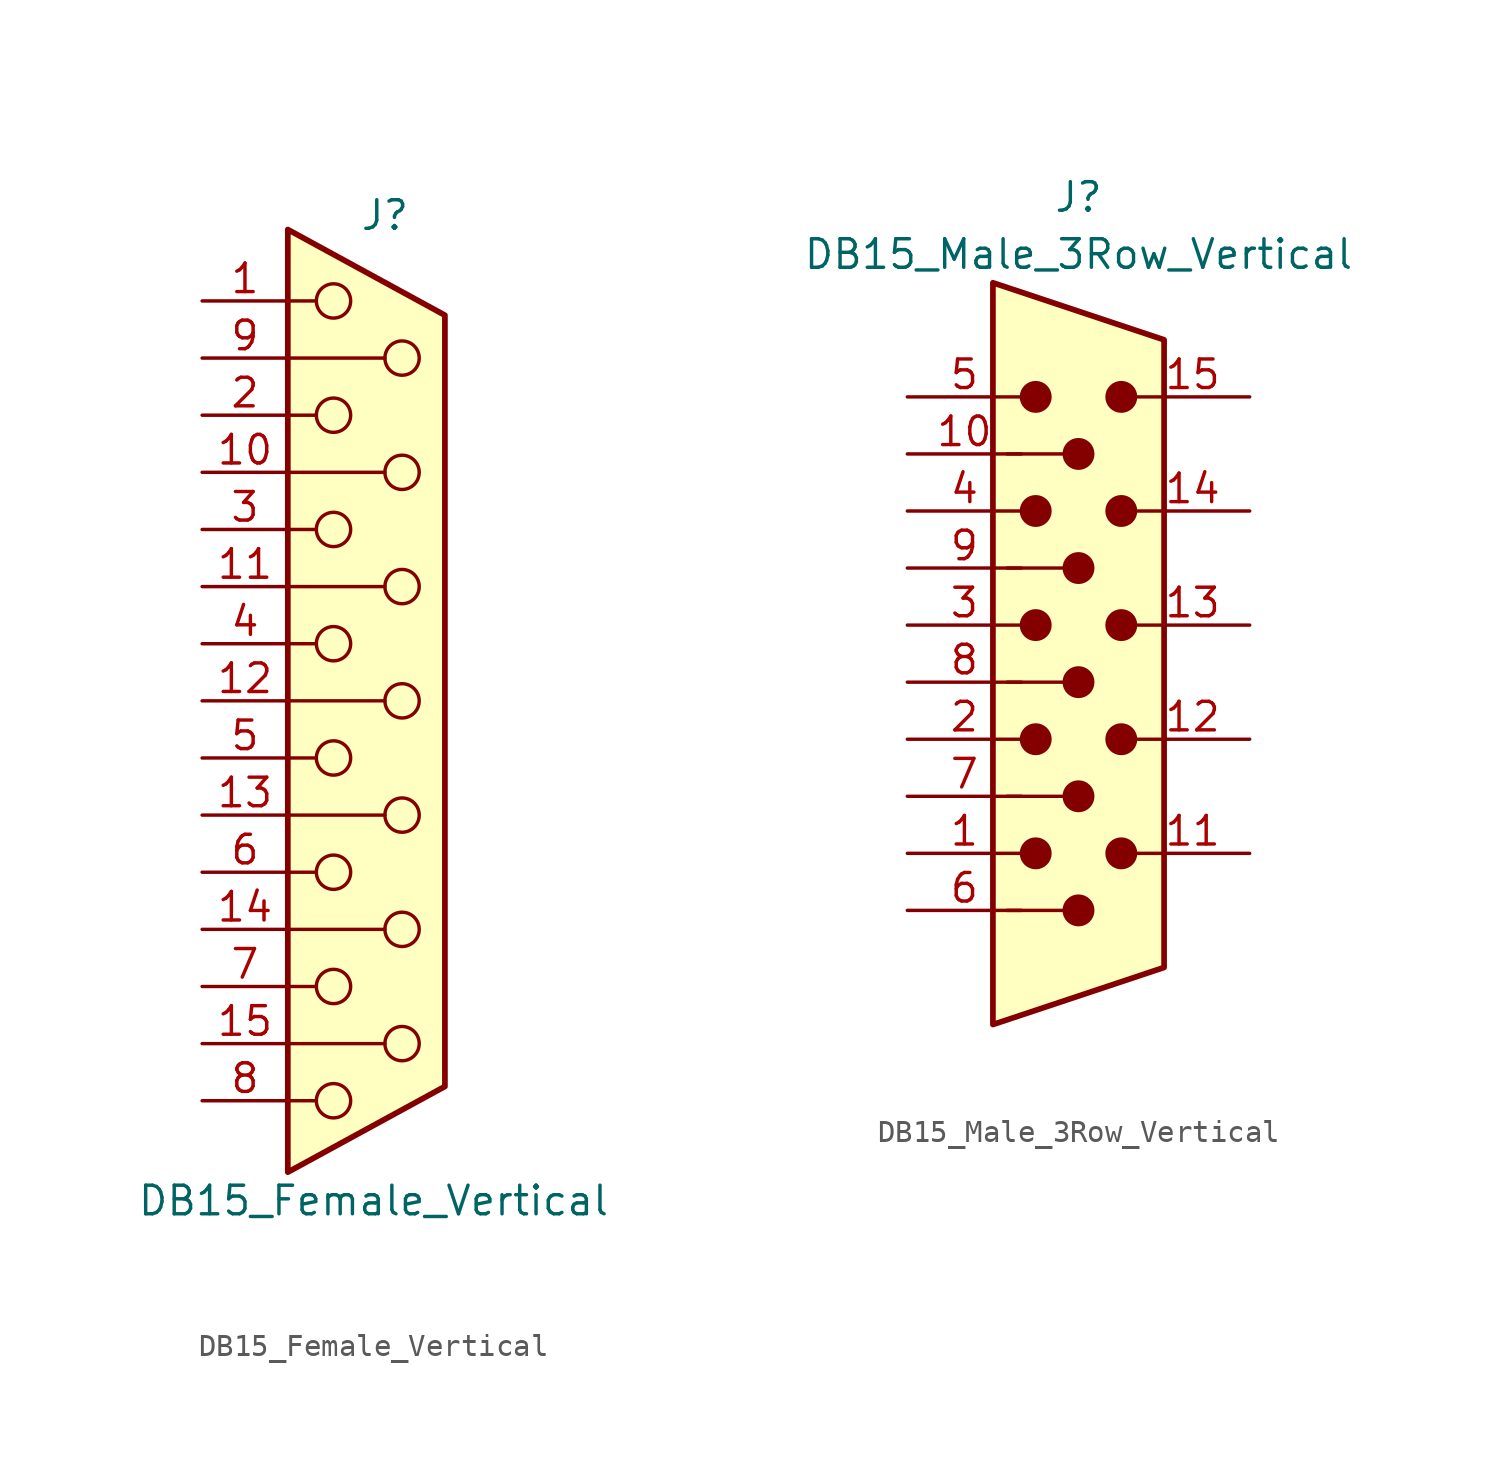
<source format=kicad_sym>
(kicad_symbol_lib
  (version 20220914)
  (generator kicad_symbol_editor)
  (symbol "DB15_Female_Vertical"
    (pin_names
      (offset 1.016) hide)
    (property "Reference" "J"
      (at 0.508 21.59 0)
      (effects (font (size 1.27 1.27))))
    (property "Value" "DB15_Female_Vertical"
      (at 0 -22.225 0)
      (effects (font (size 1.27 1.27))))
    (symbol "DB15_Female_Vertical_0_1"
      (circle (center -1.778 -17.78) (radius 0.762) (stroke (width 0) (type default)) (fill (type none)))
      (circle (center -1.778 -12.7) (radius 0.762) (stroke (width 0) (type default)) (fill (type none)))
      (circle (center -1.778 -7.62) (radius 0.762) (stroke (width 0) (type default)) (fill (type none)))
      (circle (center -1.778 -2.54) (radius 0.762) (stroke (width 0) (type default)) (fill (type none)))
      (circle (center -1.778 2.54) (radius 0.762) (stroke (width 0) (type default)) (fill (type none)))
      (circle (center -1.778 7.62) (radius 0.762) (stroke (width 0) (type default)) (fill (type none)))
      (circle (center -1.778 12.7) (radius 0.762) (stroke (width 0) (type default)) (fill (type none)))
      (circle (center -1.778 17.78) (radius 0.762) (stroke (width 0) (type default)) (fill (type none)))
      (polyline (pts (xy -3.81 -17.78) (xy -2.54 -17.78)) (stroke (width 0) (type default)) (fill (type none)))
      (polyline (pts (xy -3.81 -15.24) (xy 0.508 -15.24)) (stroke (width 0) (type default)) (fill (type none)))
      (polyline (pts (xy -3.81 -12.7) (xy -2.54 -12.7)) (stroke (width 0) (type default)) (fill (type none)))
      (polyline (pts (xy -3.81 -10.16) (xy 0.508 -10.16)) (stroke (width 0) (type default)) (fill (type none)))
      (polyline (pts (xy -3.81 -7.62) (xy -2.54 -7.62)) (stroke (width 0) (type default)) (fill (type none)))
      (polyline (pts (xy -3.81 -5.08) (xy 0.508 -5.08)) (stroke (width 0) (type default)) (fill (type none)))
      (polyline (pts (xy -3.81 -2.54) (xy -2.54 -2.54)) (stroke (width 0) (type default)) (fill (type none)))
      (polyline (pts (xy -3.81 0) (xy 0.508 0)) (stroke (width 0) (type default)) (fill (type none)))
      (polyline (pts (xy -3.81 2.54) (xy -2.54 2.54)) (stroke (width 0) (type default)) (fill (type none)))
      (polyline (pts (xy -3.81 5.08) (xy 0.508 5.08)) (stroke (width 0) (type default)) (fill (type none)))
      (polyline (pts (xy -3.81 7.62) (xy -2.54 7.62)) (stroke (width 0) (type default)) (fill (type none)))
      (polyline (pts (xy -3.81 10.16) (xy 0.508 10.16)) (stroke (width 0) (type default)) (fill (type none)))
      (polyline (pts (xy -3.81 12.7) (xy -2.54 12.7)) (stroke (width 0) (type default)) (fill (type none)))
      (polyline (pts (xy -3.81 15.24) (xy 0.508 15.24)) (stroke (width 0) (type default)) (fill (type none)))
      (polyline (pts (xy -3.81 17.78) (xy -2.54 17.78)) (stroke (width 0) (type default)) (fill (type none)))
      (polyline (pts (xy -3.81 20.955) (xy 3.175 17.145) (xy 3.175 -17.145) (xy -3.81 -20.955) (xy -3.81 20.955)) (stroke (width 0.254) (type default)) (fill (type background)))
      (circle (center 1.27 -15.24) (radius 0.762) (stroke (width 0) (type default)) (fill (type none)))
      (circle (center 1.27 -10.16) (radius 0.762) (stroke (width 0) (type default)) (fill (type none)))
      (circle (center 1.27 -5.08) (radius 0.762) (stroke (width 0) (type default)) (fill (type none)))
      (circle (center 1.27 0) (radius 0.762) (stroke (width 0) (type default)) (fill (type none)))
      (circle (center 1.27 5.08) (radius 0.762) (stroke (width 0) (type default)) (fill (type none)))
      (circle (center 1.27 10.16) (radius 0.762) (stroke (width 0) (type default)) (fill (type none)))
      (circle (center 1.27 15.24) (radius 0.762) (stroke (width 0) (type default)) (fill (type none))))
    (symbol "DB15_Female_Vertical_1_1"
      (pin passive line (at -7.62 17.78 0) (length 3.81) (name "1" (effects (font (size 1.27 1.27)))) (number "1" (effects (font (size 1.27 1.27)))))
      (pin passive line (at -7.62 10.16 0) (length 3.81) (name "P10" (effects (font (size 1.27 1.27)))) (number "10" (effects (font (size 1.27 1.27)))))
      (pin passive line (at -7.62 5.08 0) (length 3.81) (name "P111" (effects (font (size 1.27 1.27)))) (number "11" (effects (font (size 1.27 1.27)))))
      (pin passive line (at -7.62 0 0) (length 3.81) (name "P12" (effects (font (size 1.27 1.27)))) (number "12" (effects (font (size 1.27 1.27)))))
      (pin passive line (at -7.62 -5.08 0) (length 3.81) (name "P13" (effects (font (size 1.27 1.27)))) (number "13" (effects (font (size 1.27 1.27)))))
      (pin passive line (at -7.62 -10.16 0) (length 3.81) (name "P14" (effects (font (size 1.27 1.27)))) (number "14" (effects (font (size 1.27 1.27)))))
      (pin passive line (at -7.62 -15.24 0) (length 3.81) (name "P15" (effects (font (size 1.27 1.27)))) (number "15" (effects (font (size 1.27 1.27)))))
      (pin passive line (at -7.62 12.7 0) (length 3.81) (name "2" (effects (font (size 1.27 1.27)))) (number "2" (effects (font (size 1.27 1.27)))))
      (pin passive line (at -7.62 7.62 0) (length 3.81) (name "3" (effects (font (size 1.27 1.27)))) (number "3" (effects (font (size 1.27 1.27)))))
      (pin passive line (at -7.62 2.54 0) (length 3.81) (name "4" (effects (font (size 1.27 1.27)))) (number "4" (effects (font (size 1.27 1.27)))))
      (pin passive line (at -7.62 -2.54 0) (length 3.81) (name "5" (effects (font (size 1.27 1.27)))) (number "5" (effects (font (size 1.27 1.27)))))
      (pin passive line (at -7.62 -7.62 0) (length 3.81) (name "6" (effects (font (size 1.27 1.27)))) (number "6" (effects (font (size 1.27 1.27)))))
      (pin passive line (at -7.62 -12.7 0) (length 3.81) (name "7" (effects (font (size 1.27 1.27)))) (number "7" (effects (font (size 1.27 1.27)))))
      (pin passive line (at -7.62 -17.78 0) (length 3.81) (name "8" (effects (font (size 1.27 1.27)))) (number "8" (effects (font (size 1.27 1.27)))))
      (pin passive line (at -7.62 15.24 0) (length 3.81) (name "P9" (effects (font (size 1.27 1.27)))) (number "9" (effects (font (size 1.27 1.27)))))))
  (symbol "DB15_Male_3Row_Vertical"
    (pin_names
      (offset 1.016) hide)
    (property "Reference" "J"
      (at 0 21.59 0)
      (effects (font (size 1.27 1.27))))
    (property "Value" "DB15_Male_3Row_Vertical"
      (at 0 19.05 0)
      (effects (font (size 1.27 1.27))))
    (symbol "DB15_Male_3Row_Vertical_0_1"
      (circle (center -1.905 -7.62) (radius 0.635) (stroke (width 0) (type default)) (fill (type outline)))
      (circle (center -1.905 -2.54) (radius 0.635) (stroke (width 0) (type default)) (fill (type outline)))
      (circle (center -1.905 2.54) (radius 0.635) (stroke (width 0) (type default)) (fill (type outline)))
      (circle (center -1.905 7.62) (radius 0.635) (stroke (width 0) (type default)) (fill (type outline)))
      (circle (center -1.905 12.7) (radius 0.635) (stroke (width 0) (type default)) (fill (type outline)))
      (circle (center 0 -10.16) (radius 0.635) (stroke (width 0) (type default)) (fill (type outline)))
      (circle (center 0 -5.08) (radius 0.635) (stroke (width 0) (type default)) (fill (type outline)))
      (polyline (pts (xy -3.175 -5.08) (xy -0.635 -5.08)) (stroke (width 0) (type default)) (fill (type none)))
      (polyline (pts (xy -0.635 -10.16) (xy -3.175 -10.16)) (stroke (width 0) (type default)) (fill (type none)))
      (polyline (pts (xy -0.635 0) (xy -3.175 0)) (stroke (width 0) (type default)) (fill (type none)))
      (polyline (pts (xy -0.635 5.08) (xy -3.175 5.08)) (stroke (width 0) (type default)) (fill (type none)))
      (polyline (pts (xy -0.635 10.16) (xy -3.175 10.16)) (stroke (width 0) (type default)) (fill (type none)))
      (polyline (pts (xy -3.81 17.78) (xy -3.81 -15.24) (xy 3.81 -12.7) (xy 3.81 15.24) (xy -3.81 17.78)) (stroke (width 0.254) (type default)) (fill (type background)))
      (circle (center 0 0) (radius 0.635) (stroke (width 0) (type default)) (fill (type outline)))
      (circle (center 0 5.08) (radius 0.635) (stroke (width 0) (type default)) (fill (type outline)))
      (circle (center 0 10.16) (radius 0.635) (stroke (width 0) (type default)) (fill (type outline)))
      (circle (center 1.905 -7.62) (radius 0.635) (stroke (width 0) (type default)) (fill (type outline)))
      (circle (center 1.905 -2.54) (radius 0.635) (stroke (width 0) (type default)) (fill (type outline)))
      (circle (center 1.905 2.54) (radius 0.635) (stroke (width 0) (type default)) (fill (type outline)))
      (circle (center 1.905 7.62) (radius 0.635) (stroke (width 0) (type default)) (fill (type outline)))
      (circle (center 1.905 12.7) (radius 0.635) (stroke (width 0) (type default)) (fill (type outline))))
    (symbol "DB15_Male_3Row_Vertical_1_1"
      (pin passive line (at -7.62 -7.62 0) (length 5.08) (name "~" (effects (font (size 1.27 1.27)))) (number "1" (effects (font (size 1.27 1.27)))))
      (pin passive line (at -7.62 10.16 0) (length 5.08) (name "~" (effects (font (size 1.27 1.27)))) (number "10" (effects (font (size 1.27 1.27)))))
      (pin passive line (at 7.62 -7.62 180) (length 5.08) (name "~" (effects (font (size 1.27 1.27)))) (number "11" (effects (font (size 1.27 1.27)))))
      (pin passive line (at 7.62 -2.54 180) (length 5.08) (name "~" (effects (font (size 1.27 1.27)))) (number "12" (effects (font (size 1.27 1.27)))))
      (pin passive line (at 7.62 2.54 180) (length 5.08) (name "~" (effects (font (size 1.27 1.27)))) (number "13" (effects (font (size 1.27 1.27)))))
      (pin passive line (at 7.62 7.62 180) (length 5.08) (name "~" (effects (font (size 1.27 1.27)))) (number "14" (effects (font (size 1.27 1.27)))))
      (pin passive line (at 7.62 12.7 180) (length 5.08) (name "~" (effects (font (size 1.27 1.27)))) (number "15" (effects (font (size 1.27 1.27)))))
      (pin passive line (at -7.62 -2.54 0) (length 5.08) (name "~" (effects (font (size 1.27 1.27)))) (number "2" (effects (font (size 1.27 1.27)))))
      (pin passive line (at -7.62 2.54 0) (length 5.08) (name "~" (effects (font (size 1.27 1.27)))) (number "3" (effects (font (size 1.27 1.27)))))
      (pin passive line (at -7.62 7.62 0) (length 5.08) (name "~" (effects (font (size 1.27 1.27)))) (number "4" (effects (font (size 1.27 1.27)))))
      (pin passive line (at -7.62 12.7 0) (length 5.08) (name "~" (effects (font (size 1.27 1.27)))) (number "5" (effects (font (size 1.27 1.27)))))
      (pin passive line (at -7.62 -10.16 0) (length 5.08) (name "~" (effects (font (size 1.27 1.27)))) (number "6" (effects (font (size 1.27 1.27)))))
      (pin passive line (at -7.62 -5.08 0) (length 5.08) (name "~" (effects (font (size 1.27 1.27)))) (number "7" (effects (font (size 1.27 1.27)))))
      (pin passive line (at -7.62 0 0) (length 5.08) (name "~" (effects (font (size 1.27 1.27)))) (number "8" (effects (font (size 1.27 1.27)))))
      (pin passive line (at -7.62 5.08 0) (length 5.08) (name "~" (effects (font (size 1.27 1.27)))) (number "9" (effects (font (size 1.27 1.27))))))))
</source>
